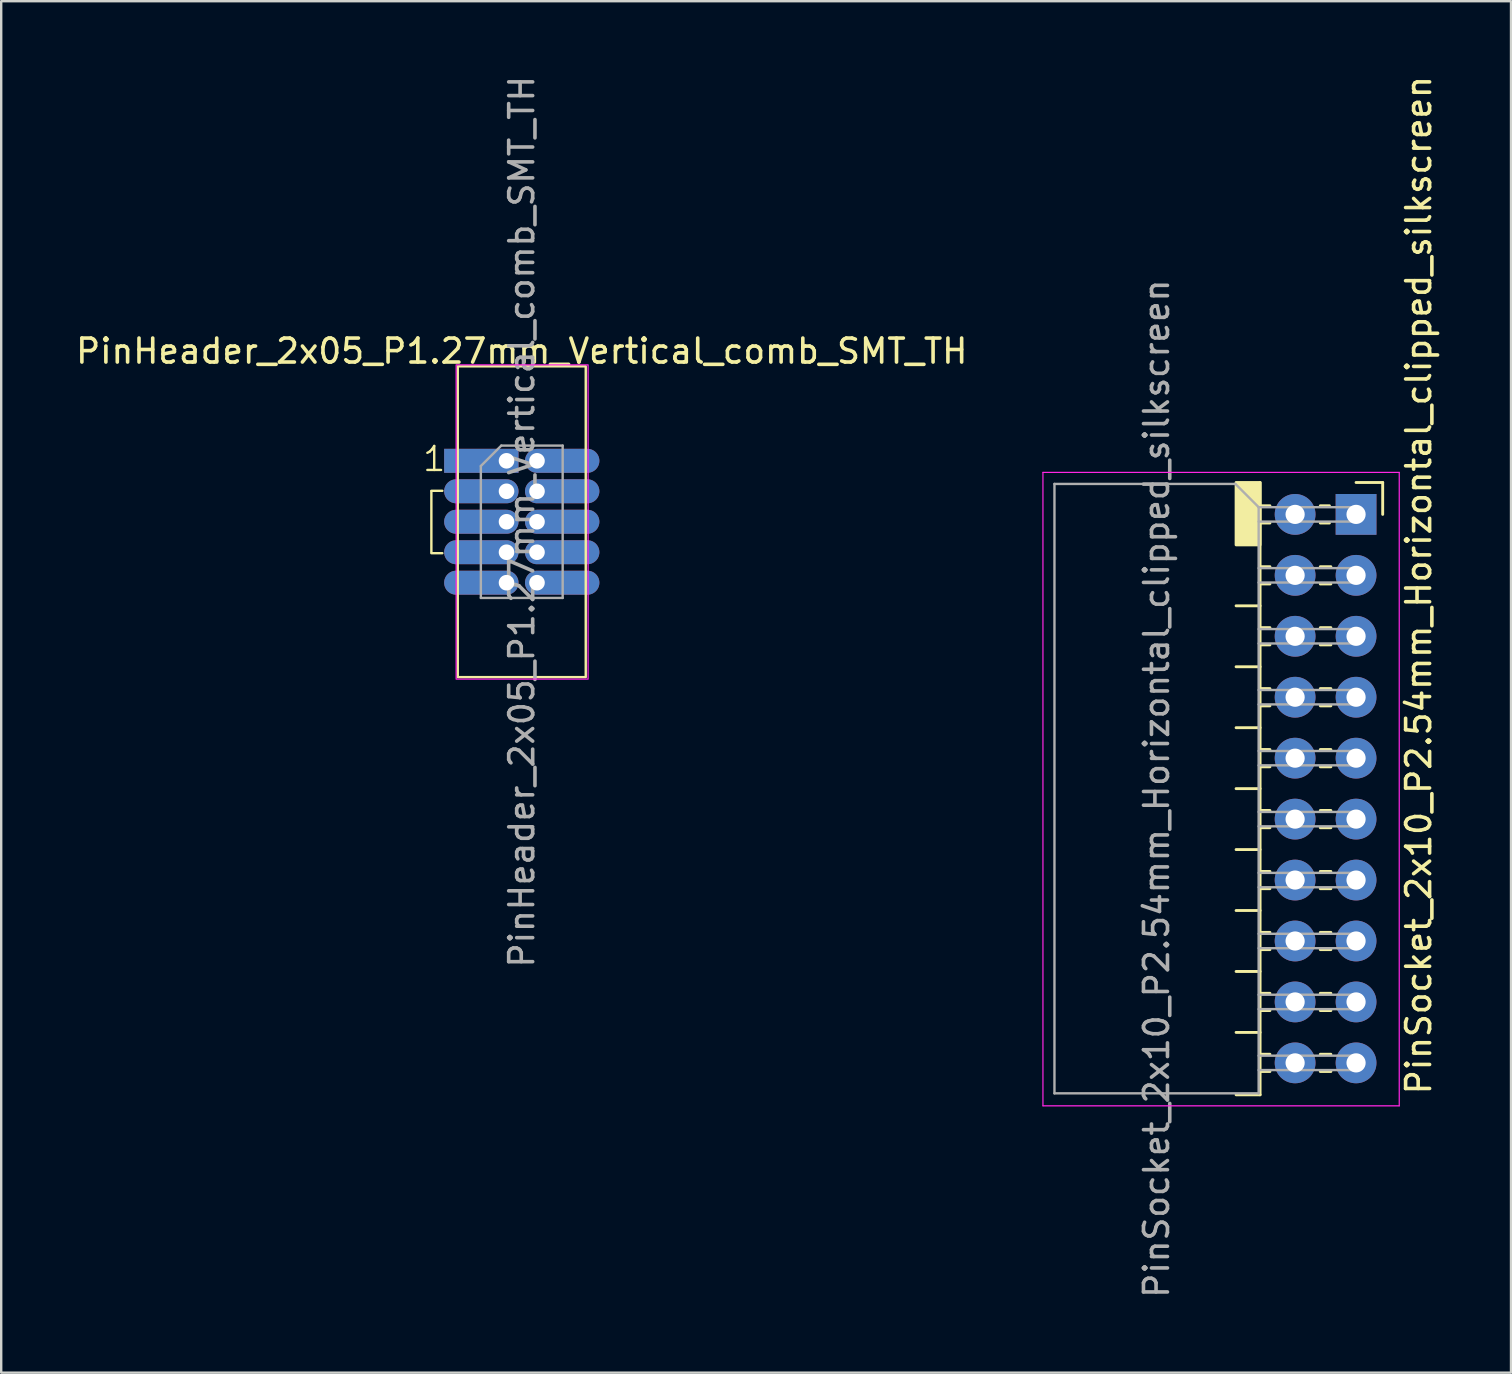
<source format=kicad_pcb>
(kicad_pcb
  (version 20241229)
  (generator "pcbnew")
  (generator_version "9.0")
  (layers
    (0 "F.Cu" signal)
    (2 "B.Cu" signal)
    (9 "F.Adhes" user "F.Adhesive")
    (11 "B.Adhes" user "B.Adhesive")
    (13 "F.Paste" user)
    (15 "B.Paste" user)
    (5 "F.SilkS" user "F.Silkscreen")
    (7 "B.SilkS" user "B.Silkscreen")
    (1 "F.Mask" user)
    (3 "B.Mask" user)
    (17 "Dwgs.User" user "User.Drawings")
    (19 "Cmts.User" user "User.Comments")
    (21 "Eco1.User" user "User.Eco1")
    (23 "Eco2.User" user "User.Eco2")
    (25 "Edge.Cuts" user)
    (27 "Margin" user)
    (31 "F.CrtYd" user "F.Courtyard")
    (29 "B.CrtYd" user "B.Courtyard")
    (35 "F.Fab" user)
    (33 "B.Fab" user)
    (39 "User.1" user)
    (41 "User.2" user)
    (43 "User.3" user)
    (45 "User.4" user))
  (footprint "PinSocket_2x10_P2.54mm_Horizontal_clipped_silkscreen"
    (layer "F.Cu")
    (at 53.468 18.389)
    (property "Reference" "PinSocket_2x10_P2.54mm_Horizontal_clipped_silkscreen" (at 2.61 2.95 90) (unlocked yes) (layer "F.SilkS") (effects (font (size 1 1) (thickness 0.15))))
    (attr through_hole)
    (fp_line (start -5 3.81) (end -4 3.81) (stroke (width 0.12) (type solid)) (layer "F.SilkS"))
    (fp_line (start -5 6.35) (end -4 6.35) (stroke (width 0.12) (type solid)) (layer "F.SilkS"))
    (fp_line (start -5 8.89) (end -4 8.89) (stroke (width 0.12) (type solid)) (layer "F.SilkS"))
    (fp_line (start -5 11.43) (end -4 11.43) (stroke (width 0.12) (type solid)) (layer "F.SilkS"))
    (fp_line (start -5 13.97) (end -4 13.97) (stroke (width 0.12) (type solid)) (layer "F.SilkS"))
    (fp_line (start -5 16.51) (end -4 16.51) (stroke (width 0.12) (type solid)) (layer "F.SilkS"))
    (fp_line (start -5 19.05) (end -4 19.05) (stroke (width 0.12) (type solid)) (layer "F.SilkS"))
    (fp_line (start -5 21.59) (end -4 21.59) (stroke (width 0.12) (type solid)) (layer "F.SilkS"))
    (fp_line (start -5 24.19) (end -4 24.19) (stroke (width 0.12) (type solid)) (layer "F.SilkS"))
    (fp_line (start -4 -1.33) (end -4 24.19) (stroke (width 0.12) (type solid)) (layer "F.SilkS"))
    (fp_line (start -4 -0.36) (end -3.59 -0.36) (stroke (width 0.12) (type solid)) (layer "F.SilkS"))
    (fp_line (start -4 0.36) (end -3.59 0.36) (stroke (width 0.12) (type solid)) (layer "F.SilkS"))
    (fp_line (start -4 2.18) (end -3.59 2.18) (stroke (width 0.12) (type solid)) (layer "F.SilkS"))
    (fp_line (start -4 2.9) (end -3.59 2.9) (stroke (width 0.12) (type solid)) (layer "F.SilkS"))
    (fp_line (start -4 4.72) (end -3.59 4.72) (stroke (width 0.12) (type solid)) (layer "F.SilkS"))
    (fp_line (start -4 5.44) (end -3.59 5.44) (stroke (width 0.12) (type solid)) (layer "F.SilkS"))
    (fp_line (start -4 7.26) (end -3.59 7.26) (stroke (width 0.12) (type solid)) (layer "F.SilkS"))
    (fp_line (start -4 7.98) (end -3.59 7.98) (stroke (width 0.12) (type solid)) (layer "F.SilkS"))
    (fp_line (start -4 9.8) (end -3.59 9.8) (stroke (width 0.12) (type solid)) (layer "F.SilkS"))
    (fp_line (start -4 10.52) (end -3.59 10.52) (stroke (width 0.12) (type solid)) (layer "F.SilkS"))
    (fp_line (start -4 12.34) (end -3.59 12.34) (stroke (width 0.12) (type solid)) (layer "F.SilkS"))
    (fp_line (start -4 13.06) (end -3.59 13.06) (stroke (width 0.12) (type solid)) (layer "F.SilkS"))
    (fp_line (start -4 14.88) (end -3.59 14.88) (stroke (width 0.12) (type solid)) (layer "F.SilkS"))
    (fp_line (start -4 15.6) (end -3.59 15.6) (stroke (width 0.12) (type solid)) (layer "F.SilkS"))
    (fp_line (start -4 17.42) (end -3.59 17.42) (stroke (width 0.12) (type solid)) (layer "F.SilkS"))
    (fp_line (start -4 18.14) (end -3.59 18.14) (stroke (width 0.12) (type solid)) (layer "F.SilkS"))
    (fp_line (start -4 19.96) (end -3.59 19.96) (stroke (width 0.12) (type solid)) (layer "F.SilkS"))
    (fp_line (start -4 20.68) (end -3.59 20.68) (stroke (width 0.12) (type solid)) (layer "F.SilkS"))
    (fp_line (start -4 22.5) (end -3.59 22.5) (stroke (width 0.12) (type solid)) (layer "F.SilkS"))
    (fp_line (start -4 23.22) (end -3.59 23.22) (stroke (width 0.12) (type solid)) (layer "F.SilkS"))
    (fp_line (start -1.49 -0.36) (end -1.11 -0.36) (stroke (width 0.12) (type solid)) (layer "F.SilkS"))
    (fp_line (start -1.49 0.36) (end -1.11 0.36) (stroke (width 0.12) (type solid)) (layer "F.SilkS"))
    (fp_line (start -1.49 2.18) (end -1.05 2.18) (stroke (width 0.12) (type solid)) (layer "F.SilkS"))
    (fp_line (start -1.49 2.9) (end -1.05 2.9) (stroke (width 0.12) (type solid)) (layer "F.SilkS"))
    (fp_line (start -1.49 4.72) (end -1.05 4.72) (stroke (width 0.12) (type solid)) (layer "F.SilkS"))
    (fp_line (start -1.49 5.44) (end -1.05 5.44) (stroke (width 0.12) (type solid)) (layer "F.SilkS"))
    (fp_line (start -1.49 7.26) (end -1.05 7.26) (stroke (width 0.12) (type solid)) (layer "F.SilkS"))
    (fp_line (start -1.49 7.98) (end -1.05 7.98) (stroke (width 0.12) (type solid)) (layer "F.SilkS"))
    (fp_line (start -1.49 9.8) (end -1.05 9.8) (stroke (width 0.12) (type solid)) (layer "F.SilkS"))
    (fp_line (start -1.49 10.52) (end -1.05 10.52) (stroke (width 0.12) (type solid)) (layer "F.SilkS"))
    (fp_line (start -1.49 12.34) (end -1.05 12.34) (stroke (width 0.12) (type solid)) (layer "F.SilkS"))
    (fp_line (start -1.49 13.06) (end -1.05 13.06) (stroke (width 0.12) (type solid)) (layer "F.SilkS"))
    (fp_line (start -1.49 14.88) (end -1.05 14.88) (stroke (width 0.12) (type solid)) (layer "F.SilkS"))
    (fp_line (start -1.49 15.6) (end -1.05 15.6) (stroke (width 0.12) (type solid)) (layer "F.SilkS"))
    (fp_line (start -1.49 17.42) (end -1.05 17.42) (stroke (width 0.12) (type solid)) (layer "F.SilkS"))
    (fp_line (start -1.49 18.14) (end -1.05 18.14) (stroke (width 0.12) (type solid)) (layer "F.SilkS"))
    (fp_line (start -1.49 19.96) (end -1.05 19.96) (stroke (width 0.12) (type solid)) (layer "F.SilkS"))
    (fp_line (start -1.49 20.68) (end -1.05 20.68) (stroke (width 0.12) (type solid)) (layer "F.SilkS"))
    (fp_line (start -1.49 22.5) (end -1.05 22.5) (stroke (width 0.12) (type solid)) (layer "F.SilkS"))
    (fp_line (start -1.49 23.22) (end -1.05 23.22) (stroke (width 0.12) (type solid)) (layer "F.SilkS"))
    (fp_line (start 0 -1.33) (end 1.11 -1.33) (stroke (width 0.12) (type solid)) (layer "F.SilkS"))
    (fp_line (start 1.11 -1.33) (end 1.11 0) (stroke (width 0.12) (type solid)) (layer "F.SilkS"))
    (fp_rect (start -5 -1.33) (end -4 1.27) (stroke (width 0.12) (type solid)) (fill yes) (layer "F.SilkS"))
    (fp_line (start -13.05 -1.75) (end -13.05 24.65) (stroke (width 0.05) (type solid)) (layer "F.CrtYd"))
    (fp_line (start -13.05 24.65) (end 1.8 24.65) (stroke (width 0.05) (type solid)) (layer "F.CrtYd"))
    (fp_line (start 1.8 -1.75) (end -13.05 -1.75) (stroke (width 0.05) (type solid)) (layer "F.CrtYd"))
    (fp_line (start 1.8 24.65) (end 1.8 -1.75) (stroke (width 0.05) (type solid)) (layer "F.CrtYd"))
    (fp_line (start -12.57 -1.27) (end -5.03 -1.27) (stroke (width 0.1) (type solid)) (layer "F.Fab"))
    (fp_line (start -12.57 24.13) (end -12.57 -1.27) (stroke (width 0.1) (type solid)) (layer "F.Fab"))
    (fp_line (start -5.03 -1.27) (end -4.06 -0.3) (stroke (width 0.1) (type solid)) (layer "F.Fab"))
    (fp_line (start -4.06 -0.3) (end -4.06 24.13) (stroke (width 0.1) (type solid)) (layer "F.Fab"))
    (fp_line (start -4.06 0.3) (end 0 0.3) (stroke (width 0.1) (type solid)) (layer "F.Fab"))
    (fp_line (start -4.06 2.84) (end 0 2.84) (stroke (width 0.1) (type solid)) (layer "F.Fab"))
    (fp_line (start -4.06 5.38) (end 0 5.38) (stroke (width 0.1) (type solid)) (layer "F.Fab"))
    (fp_line (start -4.06 7.92) (end 0 7.92) (stroke (width 0.1) (type solid)) (layer "F.Fab"))
    (fp_line (start -4.06 10.46) (end 0 10.46) (stroke (width 0.1) (type solid)) (layer "F.Fab"))
    (fp_line (start -4.06 13) (end 0 13) (stroke (width 0.1) (type solid)) (layer "F.Fab"))
    (fp_line (start -4.06 15.54) (end 0 15.54) (stroke (width 0.1) (type solid)) (layer "F.Fab"))
    (fp_line (start -4.06 18.08) (end 0 18.08) (stroke (width 0.1) (type solid)) (layer "F.Fab"))
    (fp_line (start -4.06 20.62) (end 0 20.62) (stroke (width 0.1) (type solid)) (layer "F.Fab"))
    (fp_line (start -4.06 23.16) (end 0 23.16) (stroke (width 0.1) (type solid)) (layer "F.Fab"))
    (fp_line (start -4.06 24.13) (end -12.57 24.13) (stroke (width 0.1) (type solid)) (layer "F.Fab"))
    (fp_line (start 0 -0.3) (end -4.06 -0.3) (stroke (width 0.1) (type solid)) (layer "F.Fab"))
    (fp_line (start 0 0.3) (end 0 -0.3) (stroke (width 0.1) (type solid)) (layer "F.Fab"))
    (fp_line (start 0 2.24) (end -4.06 2.24) (stroke (width 0.1) (type solid)) (layer "F.Fab"))
    (fp_line (start 0 2.84) (end 0 2.24) (stroke (width 0.1) (type solid)) (layer "F.Fab"))
    (fp_line (start 0 4.78) (end -4.06 4.78) (stroke (width 0.1) (type solid)) (layer "F.Fab"))
    (fp_line (start 0 5.38) (end 0 4.78) (stroke (width 0.1) (type solid)) (layer "F.Fab"))
    (fp_line (start 0 7.32) (end -4.06 7.32) (stroke (width 0.1) (type solid)) (layer "F.Fab"))
    (fp_line (start 0 7.92) (end 0 7.32) (stroke (width 0.1) (type solid)) (layer "F.Fab"))
    (fp_line (start 0 9.86) (end -4.06 9.86) (stroke (width 0.1) (type solid)) (layer "F.Fab"))
    (fp_line (start 0 10.46) (end 0 9.86) (stroke (width 0.1) (type solid)) (layer "F.Fab"))
    (fp_line (start 0 12.4) (end -4.06 12.4) (stroke (width 0.1) (type solid)) (layer "F.Fab"))
    (fp_line (start 0 13) (end 0 12.4) (stroke (width 0.1) (type solid)) (layer "F.Fab"))
    (fp_line (start 0 14.94) (end -4.06 14.94) (stroke (width 0.1) (type solid)) (layer "F.Fab"))
    (fp_line (start 0 15.54) (end 0 14.94) (stroke (width 0.1) (type solid)) (layer "F.Fab"))
    (fp_line (start 0 17.48) (end -4.06 17.48) (stroke (width 0.1) (type solid)) (layer "F.Fab"))
    (fp_line (start 0 18.08) (end 0 17.48) (stroke (width 0.1) (type solid)) (layer "F.Fab"))
    (fp_line (start 0 20.02) (end -4.06 20.02) (stroke (width 0.1) (type solid)) (layer "F.Fab"))
    (fp_line (start 0 20.62) (end 0 20.02) (stroke (width 0.1) (type solid)) (layer "F.Fab"))
    (fp_line (start 0 22.56) (end -4.06 22.56) (stroke (width 0.1) (type solid)) (layer "F.Fab"))
    (fp_line (start 0 23.16) (end 0 22.56) (stroke (width 0.1) (type solid)) (layer "F.Fab"))
    (fp_text user "${REFERENCE}" (at -8.315 11.43 270) (layer "F.Fab") (effects (font (size 1 1) (thickness 0.15))))
    (pad "1" thru_hole rect (at 0 0) (size 1.7 1.7) (drill 0.8) (layers "*.Cu" "*.Mask"))
    (pad "2" thru_hole circle (at -2.54 0) (size 1.7 1.7) (drill 0.8) (layers "*.Cu" "*.Mask"))
    (pad "3" thru_hole circle (at 0 2.54) (size 1.7 1.7) (drill 0.8) (layers "*.Cu" "*.Mask"))
    (pad "4" thru_hole circle (at -2.54 2.54) (size 1.7 1.7) (drill 0.8) (layers "*.Cu" "*.Mask"))
    (pad "5" thru_hole circle (at 0 5.08) (size 1.7 1.7) (drill 0.8) (layers "*.Cu" "*.Mask"))
    (pad "6" thru_hole circle (at -2.54 5.08) (size 1.7 1.7) (drill 0.8) (layers "*.Cu" "*.Mask"))
    (pad "7" thru_hole circle (at 0 7.62) (size 1.7 1.7) (drill 0.8) (layers "*.Cu" "*.Mask"))
    (pad "8" thru_hole circle (at -2.54 7.62) (size 1.7 1.7) (drill 0.8) (layers "*.Cu" "*.Mask"))
    (pad "9" thru_hole circle (at 0 10.16) (size 1.7 1.7) (drill 0.8) (layers "*.Cu" "*.Mask"))
    (pad "10" thru_hole circle (at -2.54 10.16) (size 1.7 1.7) (drill 0.8) (layers "*.Cu" "*.Mask"))
    (pad "11" thru_hole circle (at 0 12.7) (size 1.7 1.7) (drill 0.8) (layers "*.Cu" "*.Mask"))
    (pad "12" thru_hole circle (at -2.54 12.7) (size 1.7 1.7) (drill 0.8) (layers "*.Cu" "*.Mask"))
    (pad "13" thru_hole circle (at 0 15.24) (size 1.7 1.7) (drill 0.8) (layers "*.Cu" "*.Mask"))
    (pad "14" thru_hole circle (at -2.54 15.24) (size 1.7 1.7) (drill 0.8) (layers "*.Cu" "*.Mask"))
    (pad "15" thru_hole circle (at 0 17.78) (size 1.7 1.7) (drill 0.8) (layers "*.Cu" "*.Mask"))
    (pad "16" thru_hole circle (at -2.54 17.78) (size 1.7 1.7) (drill 0.8) (layers "*.Cu" "*.Mask"))
    (pad "17" thru_hole circle (at 0 20.32) (size 1.7 1.7) (drill 0.8) (layers "*.Cu" "*.Mask"))
    (pad "18" thru_hole circle (at -2.54 20.32) (size 1.7 1.7) (drill 0.8) (layers "*.Cu" "*.Mask"))
    (pad "19" thru_hole circle (at 0 22.86) (size 1.7 1.7) (drill 0.8) (layers "*.Cu" "*.Mask"))
    (pad "20" thru_hole circle (at -2.54 22.86) (size 1.7 1.7) (drill 0.8) (layers "*.Cu" "*.Mask")))
  (footprint "PinHeader_2x05_P1.27mm_Vertical_comb_SMT_TH"
    (layer "F.Cu")
    (at 18.061 16.156)
    (property "Reference" "PinHeader_2x05_P1.27mm_Vertical_comb_SMT_TH" (at 0.635 -4.572 0) (layer "F.SilkS") (effects (font (size 1 1) (thickness 0.15))))
    (attr through_hole)
    (fp_line (start -3.132 1.25) (end -2.675 1.25) (stroke (width 0.1) (type default)) (layer "F.SilkS"))
    (fp_line (start -3.132 3.81) (end -3.132 1.27) (stroke (width 0.1) (type default)) (layer "F.SilkS"))
    (fp_line (start -2.675 3.85) (end -3.132 3.85) (stroke (width 0.1) (type default)) (layer "F.SilkS"))
    (fp_rect (start -2.032 -3.937) (end 3.302 9.017) (stroke (width 0.1) (type default)) (fill no) (layer "F.SilkS"))
    (fp_rect (start -2.1 -4) (end 3.4 9.1) (stroke (width 0.05) (type default)) (fill no) (layer "F.CrtYd"))
    (fp_line (start -1.07 0.217) (end -0.217 -0.635) (stroke (width 0.1) (type solid)) (layer "F.Fab"))
    (fp_line (start -1.07 5.715) (end -1.07 0.217) (stroke (width 0.1) (type solid)) (layer "F.Fab"))
    (fp_line (start -0.217 -0.635) (end 2.34 -0.635) (stroke (width 0.1) (type solid)) (layer "F.Fab"))
    (fp_line (start 2.34 -0.635) (end 2.34 5.715) (stroke (width 0.1) (type solid)) (layer "F.Fab"))
    (fp_line (start 2.34 5.715) (end -1.07 5.715) (stroke (width 0.1) (type solid)) (layer "F.Fab"))
    (fp_text user "1" (at -3.556 0.508 0) (unlocked yes) (layer "F.SilkS") (effects (font (size 1 1) (thickness 0.1)) (justify left bottom)))
    (fp_text user "${REFERENCE}" (at 0.635 2.54 90) (layer "F.Fab") (effects (font (size 1 1) (thickness 0.15))))
    (pad "1" thru_hole rect (at 0 0) (size 3.1 1) (drill 0.65 (offset -1.05 0)) (layers "*.Cu" "*.Mask"))
    (pad "2" thru_hole oval (at 1.27 0) (size 3.1 1) (drill 0.65 (offset 1.05 0)) (layers "*.Cu" "*.Mask"))
    (pad "3" thru_hole oval (at 0 1.27) (size 3.1 1) (drill 0.65 (offset -1.05 0)) (layers "*.Cu" "*.Mask"))
    (pad "4" thru_hole oval (at 1.27 1.27) (size 3.1 1) (drill 0.65 (offset 1.05 0)) (layers "*.Cu" "*.Mask"))
    (pad "5" thru_hole oval (at 0 2.54) (size 3.1 1) (drill 0.65 (offset -1.05 0)) (layers "*.Cu" "*.Mask"))
    (pad "6" thru_hole oval (at 1.27 2.54) (size 3.1 1) (drill 0.65 (offset 1.05 0)) (layers "*.Cu" "*.Mask"))
    (pad "7" thru_hole oval (at 0 3.81) (size 3.1 1) (drill 0.65 (offset -1.05 0)) (layers "*.Cu" "*.Mask"))
    (pad "8" thru_hole oval (at 1.27 3.81) (size 3.1 1) (drill 0.65 (offset 1.05 0)) (layers "*.Cu" "*.Mask"))
    (pad "9" thru_hole oval (at 0 5.08) (size 3.1 1) (drill 0.65 (offset -1.05 0)) (layers "*.Cu" "*.Mask"))
    (pad "10" thru_hole oval (at 1.27 5.08) (size 3.1 1) (drill 0.65 (offset 1.05 0)) (layers "*.Cu" "*.Mask")))
  (gr_rect
    (start -3 -3)
    (end 59.926 54.159)
    (stroke (width 0.1) (type default))
    (fill no)
    (layer "Edge.Cuts")))
</source>
